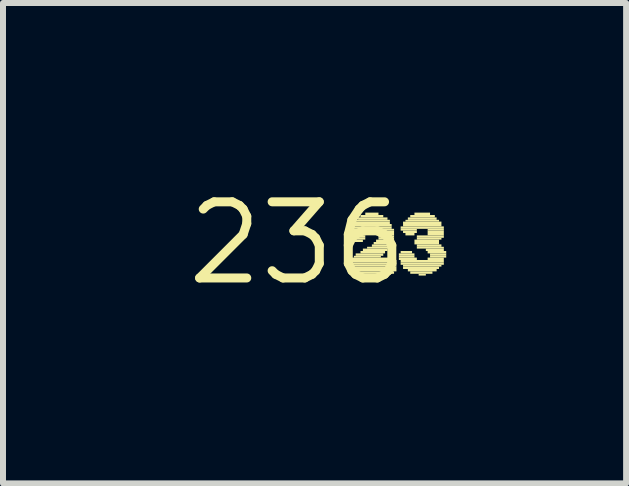
<source format=kicad_pcb>
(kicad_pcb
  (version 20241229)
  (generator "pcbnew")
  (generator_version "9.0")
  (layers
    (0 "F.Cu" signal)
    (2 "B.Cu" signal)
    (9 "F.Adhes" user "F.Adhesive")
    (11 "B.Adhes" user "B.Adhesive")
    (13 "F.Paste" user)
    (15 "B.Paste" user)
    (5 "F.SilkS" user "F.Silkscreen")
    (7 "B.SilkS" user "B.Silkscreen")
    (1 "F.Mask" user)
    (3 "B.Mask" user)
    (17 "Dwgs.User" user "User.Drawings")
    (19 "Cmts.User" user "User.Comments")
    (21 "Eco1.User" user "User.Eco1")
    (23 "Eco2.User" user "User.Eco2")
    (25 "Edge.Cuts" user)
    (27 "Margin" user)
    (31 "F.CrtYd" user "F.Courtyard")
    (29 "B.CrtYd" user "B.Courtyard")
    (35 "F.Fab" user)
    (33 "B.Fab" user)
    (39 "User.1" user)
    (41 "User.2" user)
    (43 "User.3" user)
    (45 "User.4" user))
  (footprint "236"
    (layer "F.Cu")
    (at 1.912 1.006)
    (property "Reference" "236" (at 0 0 0) (layer "F.SilkS") (effects (font (size 1.27 1.27) (thickness 0.15))))
    (fp_poly (pts (xy 0.86 -0.17) (xy 1.13 -0.17) (xy 1.13 -0.21) (xy 0.86 -0.21)) (stroke (width 0) (type solid)) (fill yes) (layer "F.SilkS"))
    (fp_poly (pts (xy 0.86 -0.13) (xy 1.13 -0.13) (xy 1.13 -0.17) (xy 0.86 -0.17)) (stroke (width 0) (type solid)) (fill yes) (layer "F.SilkS"))
    (fp_poly (pts (xy 0.86 -0.09) (xy 1.13 -0.09) (xy 1.13 -0.13) (xy 0.86 -0.13)) (stroke (width 0) (type solid)) (fill yes) (layer "F.SilkS"))
    (fp_poly (pts (xy 0.86 -0.06) (xy 1.13 -0.06) (xy 1.13 -0.09) (xy 0.86 -0.09)) (stroke (width 0) (type solid)) (fill yes) (layer "F.SilkS"))
    (fp_poly (pts (xy 0.86 0.36) (xy 1.65 0.36) (xy 1.65 0.32) (xy 0.86 0.32)) (stroke (width 0) (type solid)) (fill yes) (layer "F.SilkS"))
    (fp_poly (pts (xy 0.86 0.39) (xy 1.65 0.39) (xy 1.65 0.36) (xy 0.86 0.36)) (stroke (width 0) (type solid)) (fill yes) (layer "F.SilkS"))
    (fp_poly (pts (xy 0.86 0.43) (xy 1.65 0.43) (xy 1.65 0.39) (xy 0.86 0.39)) (stroke (width 0) (type solid)) (fill yes) (layer "F.SilkS"))
    (fp_poly (pts (xy 0.9 -0.28) (xy 1.57 -0.28) (xy 1.57 -0.32) (xy 0.9 -0.32)) (stroke (width 0) (type solid)) (fill yes) (layer "F.SilkS"))
    (fp_poly (pts (xy 0.9 -0.24) (xy 1.57 -0.24) (xy 1.57 -0.28) (xy 0.9 -0.28)) (stroke (width 0) (type solid)) (fill yes) (layer "F.SilkS"))
    (fp_poly (pts (xy 0.9 -0.21) (xy 1.16 -0.21) (xy 1.16 -0.24) (xy 0.9 -0.24)) (stroke (width 0) (type solid)) (fill yes) (layer "F.SilkS"))
    (fp_poly (pts (xy 0.9 -0.02) (xy 1.09 -0.02) (xy 1.09 -0.06) (xy 0.9 -0.06)) (stroke (width 0) (type solid)) (fill yes) (layer "F.SilkS"))
    (fp_poly (pts (xy 0.9 0.28) (xy 1.54 0.28) (xy 1.54 0.24) (xy 0.9 0.24)) (stroke (width 0) (type solid)) (fill yes) (layer "F.SilkS"))
    (fp_poly (pts (xy 0.9 0.32) (xy 1.65 0.32) (xy 1.65 0.28) (xy 0.9 0.28)) (stroke (width 0) (type solid)) (fill yes) (layer "F.SilkS"))
    (fp_poly (pts (xy 0.9 0.47) (xy 1.65 0.47) (xy 1.65 0.43) (xy 0.9 0.43)) (stroke (width 0) (type solid)) (fill yes) (layer "F.SilkS"))
    (fp_poly (pts (xy 0.94 -0.32) (xy 1.54 -0.32) (xy 1.54 -0.36) (xy 0.94 -0.36)) (stroke (width 0) (type solid)) (fill yes) (layer "F.SilkS"))
    (fp_poly (pts (xy 0.94 0.24) (xy 1.39 0.24) (xy 1.39 0.21) (xy 0.94 0.21)) (stroke (width 0) (type solid)) (fill yes) (layer "F.SilkS"))
    (fp_poly (pts (xy 0.94 0.51) (xy 1.61 0.51) (xy 1.61 0.47) (xy 0.94 0.47)) (stroke (width 0) (type solid)) (fill yes) (layer "F.SilkS"))
    (fp_poly (pts (xy 0.97 -0.36) (xy 1.54 -0.36) (xy 1.54 -0.39) (xy 0.97 -0.39)) (stroke (width 0) (type solid)) (fill yes) (layer "F.SilkS"))
    (fp_poly (pts (xy 0.97 0.21) (xy 1.43 0.21) (xy 1.43 0.17) (xy 0.97 0.17)) (stroke (width 0) (type solid)) (fill yes) (layer "F.SilkS"))
    (fp_poly (pts (xy 1.01 -0.39) (xy 1.5 -0.39) (xy 1.5 -0.43) (xy 1.01 -0.43)) (stroke (width 0) (type solid)) (fill yes) (layer "F.SilkS"))
    (fp_poly (pts (xy 1.05 -0.43) (xy 1.43 -0.43) (xy 1.43 -0.47) (xy 1.05 -0.47)) (stroke (width 0) (type solid)) (fill yes) (layer "F.SilkS"))
    (fp_poly (pts (xy 1.05 0.17) (xy 1.46 0.17) (xy 1.46 0.13) (xy 1.05 0.13)) (stroke (width 0) (type solid)) (fill yes) (layer "F.SilkS"))
    (fp_poly (pts (xy 1.09 0.13) (xy 1.5 0.13) (xy 1.5 0.09) (xy 1.09 0.09)) (stroke (width 0) (type solid)) (fill yes) (layer "F.SilkS"))
    (fp_poly (pts (xy 1.13 -0.47) (xy 1.35 -0.47) (xy 1.35 -0.51) (xy 1.13 -0.51)) (stroke (width 0) (type solid)) (fill yes) (layer "F.SilkS"))
    (fp_poly (pts (xy 1.16 0.09) (xy 1.54 0.09) (xy 1.54 0.06) (xy 1.16 0.06)) (stroke (width 0) (type solid)) (fill yes) (layer "F.SilkS"))
    (fp_poly (pts (xy 1.24 0.06) (xy 1.57 0.06) (xy 1.57 0.02) (xy 1.24 0.02)) (stroke (width 0) (type solid)) (fill yes) (layer "F.SilkS"))
    (fp_poly (pts (xy 1.27 0.02) (xy 1.57 0.02) (xy 1.57 -0.02) (xy 1.27 -0.02)) (stroke (width 0) (type solid)) (fill yes) (layer "F.SilkS"))
    (fp_poly (pts (xy 1.31 -0.21) (xy 1.61 -0.21) (xy 1.61 -0.24) (xy 1.31 -0.24)) (stroke (width 0) (type solid)) (fill yes) (layer "F.SilkS"))
    (fp_poly (pts (xy 1.31 -0.02) (xy 1.61 -0.02) (xy 1.61 -0.06) (xy 1.31 -0.06)) (stroke (width 0) (type solid)) (fill yes) (layer "F.SilkS"))
    (fp_poly (pts (xy 1.35 -0.17) (xy 1.61 -0.17) (xy 1.61 -0.21) (xy 1.35 -0.21)) (stroke (width 0) (type solid)) (fill yes) (layer "F.SilkS"))
    (fp_poly (pts (xy 1.35 -0.13) (xy 1.61 -0.13) (xy 1.61 -0.17) (xy 1.35 -0.17)) (stroke (width 0) (type solid)) (fill yes) (layer "F.SilkS"))
    (fp_poly (pts (xy 1.35 -0.09) (xy 1.61 -0.09) (xy 1.61 -0.13) (xy 1.35 -0.13)) (stroke (width 0) (type solid)) (fill yes) (layer "F.SilkS"))
    (fp_poly (pts (xy 1.35 -0.06) (xy 1.61 -0.06) (xy 1.61 -0.09) (xy 1.35 -0.09)) (stroke (width 0) (type solid)) (fill yes) (layer "F.SilkS"))
    (fp_poly (pts (xy 1.69 0.21) (xy 1.95 0.21) (xy 1.95 0.17) (xy 1.69 0.17)) (stroke (width 0) (type solid)) (fill yes) (layer "F.SilkS"))
    (fp_poly (pts (xy 1.69 0.24) (xy 1.95 0.24) (xy 1.95 0.21) (xy 1.69 0.21)) (stroke (width 0) (type solid)) (fill yes) (layer "F.SilkS"))
    (fp_poly (pts (xy 1.69 0.28) (xy 1.99 0.28) (xy 1.99 0.24) (xy 1.69 0.24)) (stroke (width 0) (type solid)) (fill yes) (layer "F.SilkS"))
    (fp_poly (pts (xy 1.72 -0.24) (xy 2.44 -0.24) (xy 2.44 -0.28) (xy 1.72 -0.28)) (stroke (width 0) (type solid)) (fill yes) (layer "F.SilkS"))
    (fp_poly (pts (xy 1.72 -0.21) (xy 1.99 -0.21) (xy 1.99 -0.24) (xy 1.72 -0.24)) (stroke (width 0) (type solid)) (fill yes) (layer "F.SilkS"))
    (fp_poly (pts (xy 1.72 0.17) (xy 1.91 0.17) (xy 1.91 0.13) (xy 1.72 0.13)) (stroke (width 0) (type solid)) (fill yes) (layer "F.SilkS"))
    (fp_poly (pts (xy 1.72 0.32) (xy 2.44 0.32) (xy 2.44 0.28) (xy 1.72 0.28)) (stroke (width 0) (type solid)) (fill yes) (layer "F.SilkS"))
    (fp_poly (pts (xy 1.72 0.36) (xy 2.44 0.36) (xy 2.44 0.32) (xy 1.72 0.32)) (stroke (width 0) (type solid)) (fill yes) (layer "F.SilkS"))
    (fp_poly (pts (xy 1.76 -0.32) (xy 2.4 -0.32) (xy 2.4 -0.36) (xy 1.76 -0.36)) (stroke (width 0) (type solid)) (fill yes) (layer "F.SilkS"))
    (fp_poly (pts (xy 1.76 -0.28) (xy 2.4 -0.28) (xy 2.4 -0.32) (xy 1.76 -0.32)) (stroke (width 0) (type solid)) (fill yes) (layer "F.SilkS"))
    (fp_poly (pts (xy 1.76 -0.17) (xy 1.99 -0.17) (xy 1.99 -0.21) (xy 1.76 -0.21)) (stroke (width 0) (type solid)) (fill yes) (layer "F.SilkS"))
    (fp_poly (pts (xy 1.76 0.39) (xy 2.4 0.39) (xy 2.4 0.36) (xy 1.76 0.36)) (stroke (width 0) (type solid)) (fill yes) (layer "F.SilkS"))
    (fp_poly (pts (xy 1.76 0.43) (xy 2.36 0.43) (xy 2.36 0.39) (xy 1.76 0.39)) (stroke (width 0) (type solid)) (fill yes) (layer "F.SilkS"))
    (fp_poly (pts (xy 1.8 -0.36) (xy 2.36 -0.36) (xy 2.36 -0.39) (xy 1.8 -0.39)) (stroke (width 0) (type solid)) (fill yes) (layer "F.SilkS"))
    (fp_poly (pts (xy 1.8 -0.13) (xy 1.95 -0.13) (xy 1.95 -0.17) (xy 1.8 -0.17)) (stroke (width 0) (type solid)) (fill yes) (layer "F.SilkS"))
    (fp_poly (pts (xy 1.84 -0.39) (xy 2.32 -0.39) (xy 2.32 -0.43) (xy 1.84 -0.43)) (stroke (width 0) (type solid)) (fill yes) (layer "F.SilkS"))
    (fp_poly (pts (xy 1.84 0.47) (xy 2.32 0.47) (xy 2.32 0.43) (xy 1.84 0.43)) (stroke (width 0) (type solid)) (fill yes) (layer "F.SilkS"))
    (fp_poly (pts (xy 1.88 -0.43) (xy 2.29 -0.43) (xy 2.29 -0.47) (xy 1.88 -0.47)) (stroke (width 0) (type solid)) (fill yes) (layer "F.SilkS"))
    (fp_poly (pts (xy 1.88 0.51) (xy 2.25 0.51) (xy 2.25 0.47) (xy 1.88 0.47)) (stroke (width 0) (type solid)) (fill yes) (layer "F.SilkS"))
    (fp_poly (pts (xy 1.95 -0.47) (xy 2.21 -0.47) (xy 2.21 -0.51) (xy 1.95 -0.51)) (stroke (width 0) (type solid)) (fill yes) (layer "F.SilkS"))
    (fp_poly (pts (xy 1.95 -0.02) (xy 2.36 -0.02) (xy 2.36 -0.06) (xy 1.95 -0.06)) (stroke (width 0) (type solid)) (fill yes) (layer "F.SilkS"))
    (fp_poly (pts (xy 1.95 0.02) (xy 2.36 0.02) (xy 2.36 -0.02) (xy 1.95 -0.02)) (stroke (width 0) (type solid)) (fill yes) (layer "F.SilkS"))
    (fp_poly (pts (xy 1.99 -0.09) (xy 2.44 -0.09) (xy 2.44 -0.13) (xy 1.99 -0.13)) (stroke (width 0) (type solid)) (fill yes) (layer "F.SilkS"))
    (fp_poly (pts (xy 1.99 -0.06) (xy 2.4 -0.06) (xy 2.4 -0.09) (xy 1.99 -0.09)) (stroke (width 0) (type solid)) (fill yes) (layer "F.SilkS"))
    (fp_poly (pts (xy 1.99 0.06) (xy 2.4 0.06) (xy 2.4 0.02) (xy 1.99 0.02)) (stroke (width 0) (type solid)) (fill yes) (layer "F.SilkS"))
    (fp_poly (pts (xy 1.99 0.09) (xy 2.44 0.09) (xy 2.44 0.06) (xy 1.99 0.06)) (stroke (width 0) (type solid)) (fill yes) (layer "F.SilkS"))
    (fp_poly (pts (xy 2.02 0.54) (xy 2.14 0.54) (xy 2.14 0.51) (xy 2.02 0.51)) (stroke (width 0) (type solid)) (fill yes) (layer "F.SilkS"))
    (fp_poly (pts (xy 2.14 0.13) (xy 2.44 0.13) (xy 2.44 0.09) (xy 2.14 0.09)) (stroke (width 0) (type solid)) (fill yes) (layer "F.SilkS"))
    (fp_poly (pts (xy 2.17 -0.21) (xy 2.44 -0.21) (xy 2.44 -0.24) (xy 2.17 -0.24)) (stroke (width 0) (type solid)) (fill yes) (layer "F.SilkS"))
    (fp_poly (pts (xy 2.17 -0.17) (xy 2.44 -0.17) (xy 2.44 -0.21) (xy 2.17 -0.21)) (stroke (width 0) (type solid)) (fill yes) (layer "F.SilkS"))
    (fp_poly (pts (xy 2.17 -0.13) (xy 2.44 -0.13) (xy 2.44 -0.17) (xy 2.17 -0.17)) (stroke (width 0) (type solid)) (fill yes) (layer "F.SilkS"))
    (fp_poly (pts (xy 2.17 0.17) (xy 2.48 0.17) (xy 2.48 0.13) (xy 2.17 0.13)) (stroke (width 0) (type solid)) (fill yes) (layer "F.SilkS"))
    (fp_poly (pts (xy 2.17 0.28) (xy 2.44 0.28) (xy 2.44 0.24) (xy 2.17 0.24)) (stroke (width 0) (type solid)) (fill yes) (layer "F.SilkS"))
    (fp_poly (pts (xy 2.21 0.21) (xy 2.48 0.21) (xy 2.48 0.17) (xy 2.21 0.17)) (stroke (width 0) (type solid)) (fill yes) (layer "F.SilkS"))
    (fp_poly (pts (xy 2.21 0.24) (xy 2.48 0.24) (xy 2.48 0.21) (xy 2.21 0.21)) (stroke (width 0) (type solid)) (fill yes) (layer "F.SilkS")))
  (gr_rect
    (start -3 -3)
    (end 7.392 5.012)
    (stroke (width 0.1) (type default))
    (fill no)
    (layer "Edge.Cuts")))
</source>
